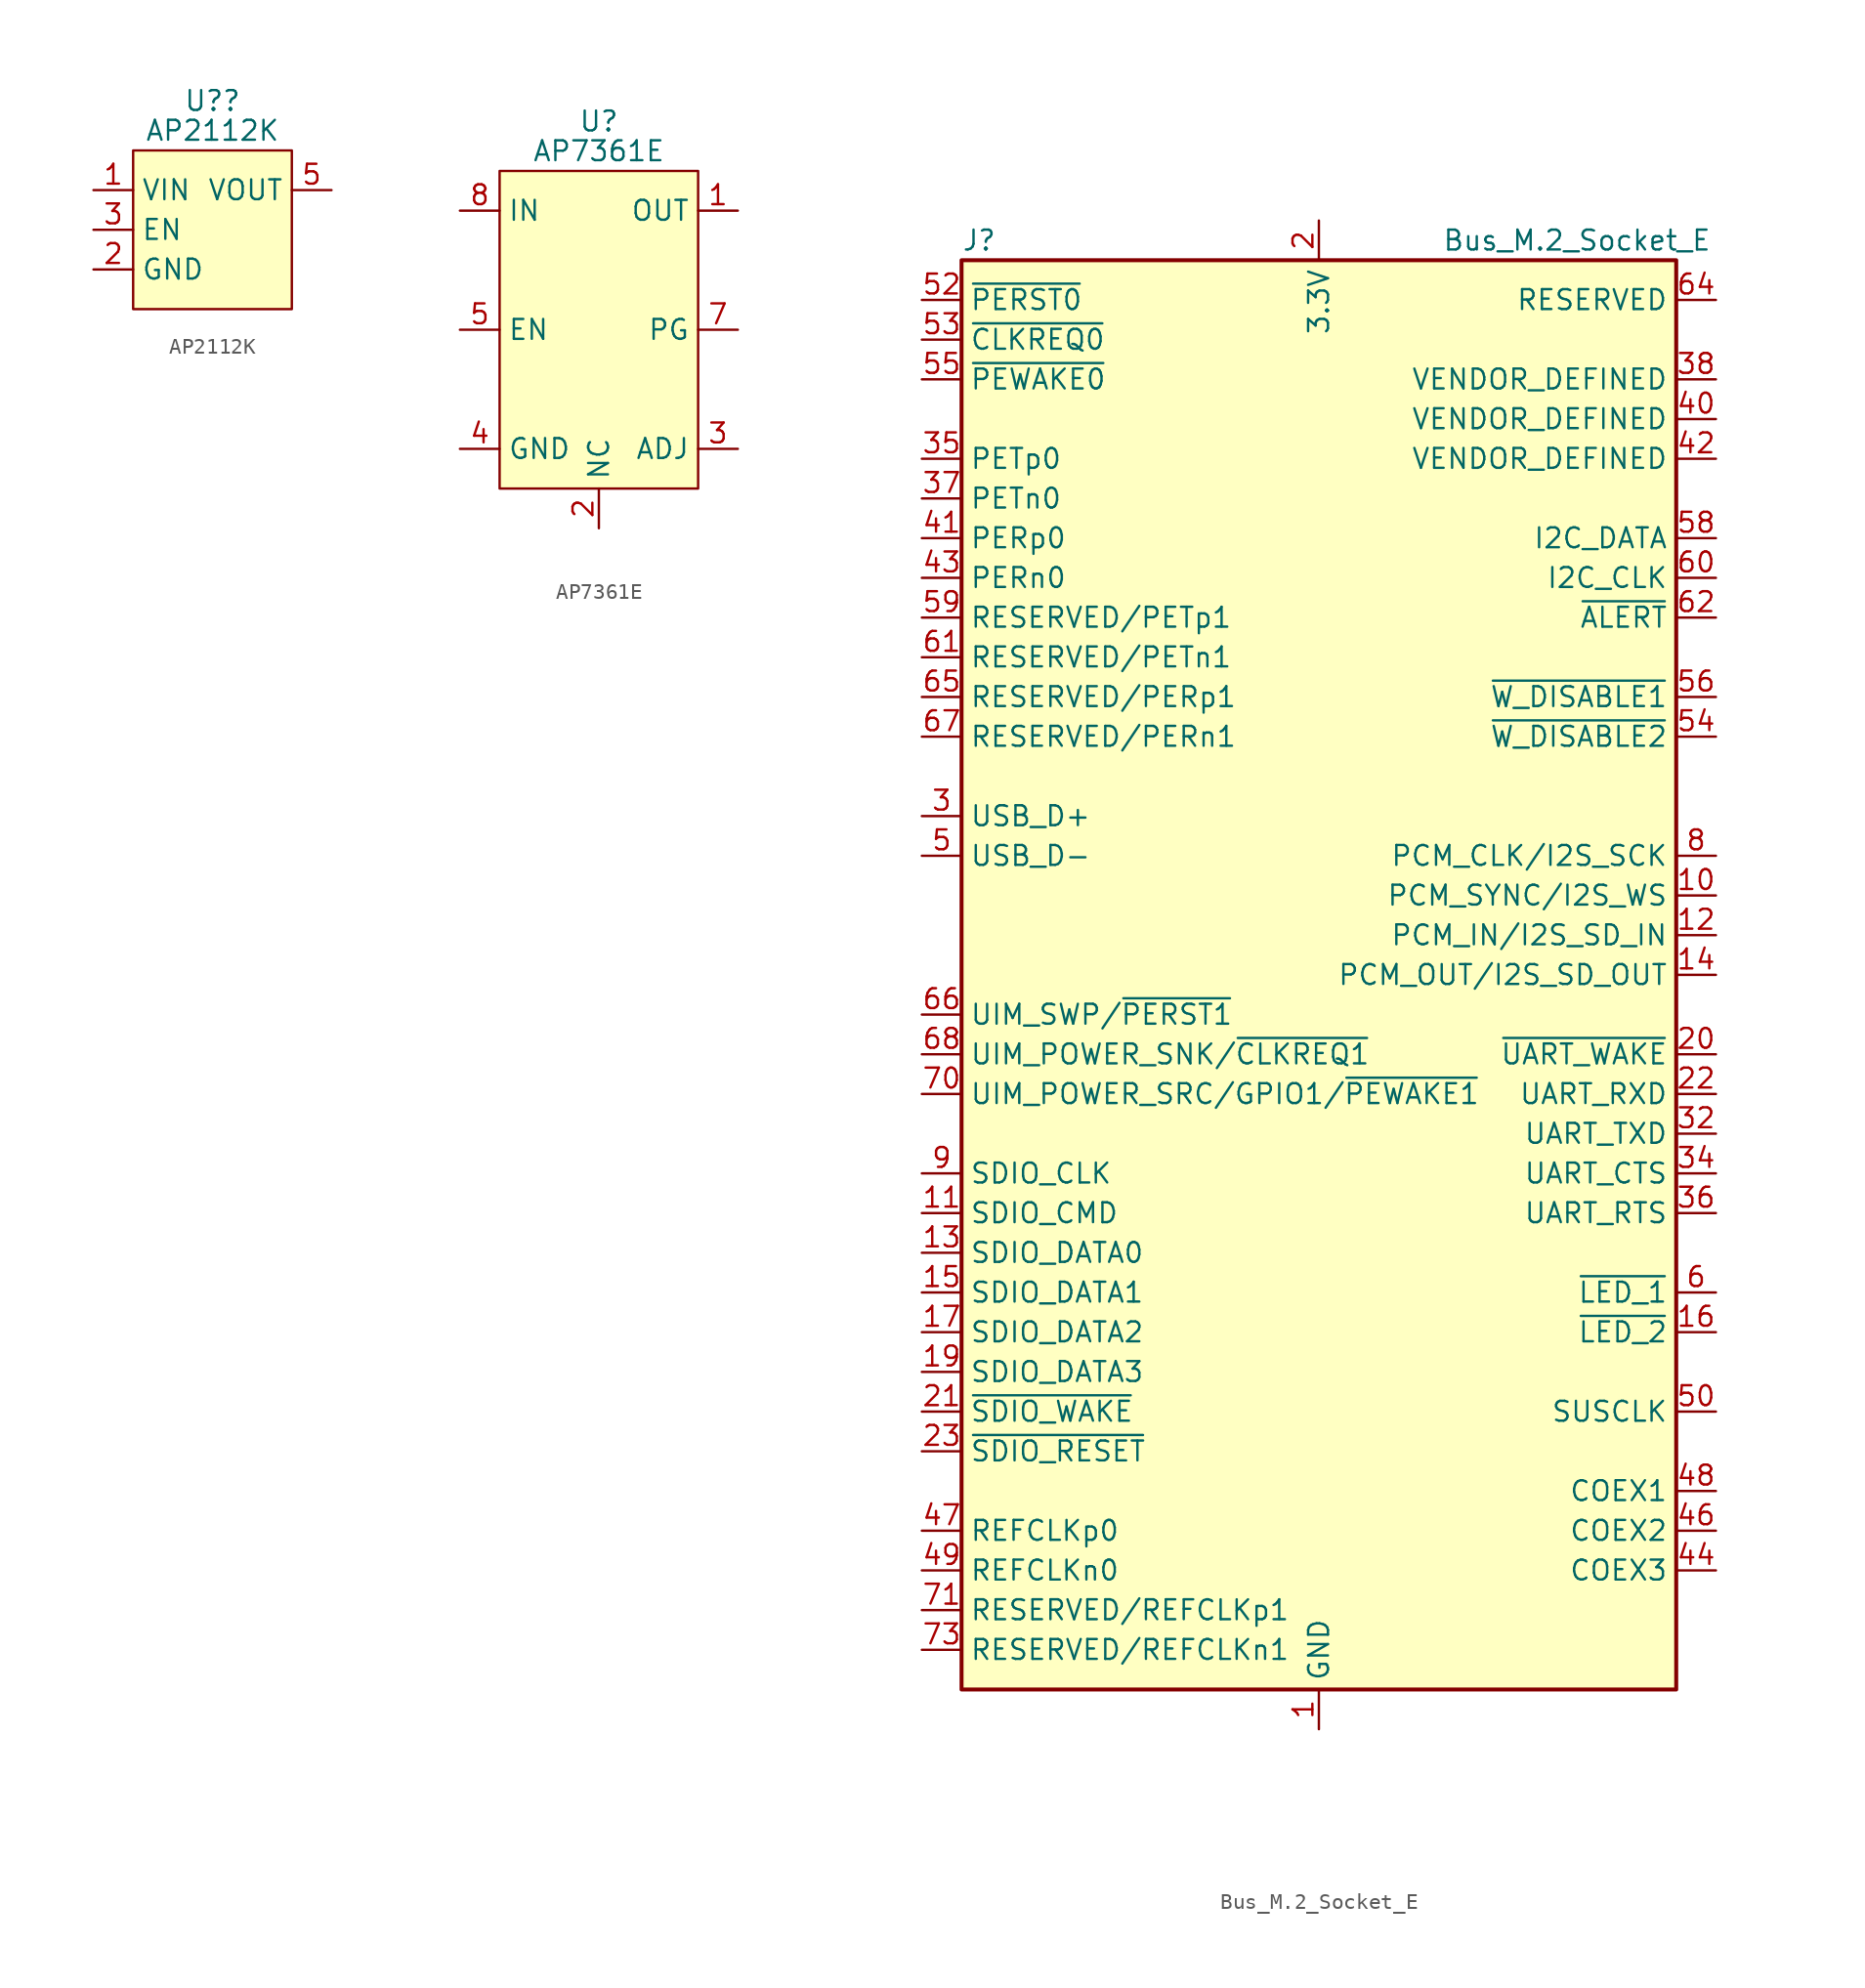
<source format=kicad_sym>
(kicad_symbol_lib
  (version 20231120)
  (generator "kicad_symbol_editor")
  (generator_version "8.0")
  (symbol "AP2112K"
    (property "Reference" "U?"
      (at 0 8.255 0)
      (do_not_autoplace)
      (effects (font (size 1.27 1.27))))
    (property "Value" "AP2112K"
      (at 0 6.35 0)
      (do_not_autoplace)
      (effects (font (size 1.27 1.27))))
    (symbol "AP2112K_0_0"
      (pin power_in line (at -7.62 2.54 0) (length 2.54) (name "VIN" (effects (font (size 1.27 1.27)))) (number "1" (effects (font (size 1.27 1.27)))))
      (pin passive line (at -7.62 -2.54 0) (length 2.54) (name "GND" (effects (font (size 1.27 1.27)))) (number "2" (effects (font (size 1.27 1.27)))))
      (pin input line (at -7.62 0 0) (length 2.54) (name "EN" (effects (font (size 1.27 1.27)))) (number "3" (effects (font (size 1.27 1.27)))))
      (pin power_out line (at 7.62 2.54 180) (length 2.54) (name "VOUT" (effects (font (size 1.27 1.27)))) (number "5" (effects (font (size 1.27 1.27))))))
    (symbol "AP2112K_1_0"
      (pin no_connect non_logic (at 7.62 -2.54 180) (length 2.54) hide (name "NC" (effects (font (size 1.27 1.27)))) (number "4" (effects (font (size 1.27 1.27))))))
    (symbol "AP2112K_1_1"
      (rectangle (start -5.08 5.08) (end 5.08 -5.08) (stroke (width 0) (type default)) (fill (type background)))))
  (symbol "AP7361E"
    (property "Reference" "U"
      (at 0 13.335 0)
      (do_not_autoplace)
      (effects (font (size 1.27 1.27))))
    (property "Value" "AP7361E"
      (at 0 11.43 0)
      (do_not_autoplace)
      (effects (font (size 1.27 1.27))))
    (symbol "AP7361E_0_0"
      (pin power_out line (at 8.89 7.62 180) (length 2.54) (name "OUT" (effects (font (size 1.27 1.27)))) (number "1" (effects (font (size 1.27 1.27)))))
      (pin passive line (at -8.89 -7.62 0) (length 2.54) (name "GND" (effects (font (size 1.27 1.27)))) (number "4" (effects (font (size 1.27 1.27)))))
      (pin input line (at -8.89 0 0) (length 2.54) (name "EN" (effects (font (size 1.27 1.27)))) (number "5" (effects (font (size 1.27 1.27)))))
      (pin output line (at 8.89 0 180) (length 2.54) (name "PG" (effects (font (size 1.27 1.27)))) (number "7" (effects (font (size 1.27 1.27)))))
      (pin power_in line (at -8.89 7.62 0) (length 2.54) (name "IN" (effects (font (size 1.27 1.27)))) (number "8" (effects (font (size 1.27 1.27))))))
    (symbol "AP7361E_1_0"
      (pin passive line (at 0 -12.7 90) (length 2.54) (name "NC" (effects (font (size 1.27 1.27)))) (number "2" (effects (font (size 1.27 1.27)))))
      (pin passive line (at 8.89 -7.62 180) (length 2.54) (name "ADJ" (effects (font (size 1.27 1.27)))) (number "3" (effects (font (size 1.27 1.27)))) (alternate "NC" no_connect line))
      (pin passive line (at 0 -12.7 90) (length 2.54) hide (name "NC" (effects (font (size 1.27 1.27)))) (number "6" (effects (font (size 1.27 1.27)))))
      (pin passive line (at -8.89 -7.62 0) (length 2.54) hide (name "GND" (effects (font (size 1.27 1.27)))) (number "9" (effects (font (size 1.27 1.27))))))
    (symbol "AP7361E_1_1"
      (rectangle (start -6.35 10.16) (end 6.35 -10.16) (stroke (width 0) (type default)) (fill (type background)))))
  (symbol "Bus_M.2_Socket_E"
    (property "Reference" "J"
      (at -22.86 46.99 0)
      (effects (font (size 1.27 1.27)) (justify left)))
    (property "Value" "Bus_M.2_Socket_E"
      (at 16.51 46.99 0)
      (effects (font (size 1.27 1.27))))
    (symbol "Bus_M.2_Socket_E_0_1"
      (rectangle (start -22.86 45.72) (end 22.86 -45.72) (stroke (width 0.254) (type default)) (fill (type background))))
    (symbol "Bus_M.2_Socket_E_1_1"
      (pin power_in line (at 0 -48.26 90) (length 2.54) (name "GND" (effects (font (size 1.27 1.27)))) (number "1" (effects (font (size 1.27 1.27)))))
      (pin bidirectional line (at 25.4 5.08 180) (length 2.54) (name "PCM_SYNC/I2S_WS" (effects (font (size 1.27 1.27)))) (number "10" (effects (font (size 1.27 1.27)))))
      (pin bidirectional line (at -25.4 -15.24 0) (length 2.54) (name "SDIO_CMD" (effects (font (size 1.27 1.27)))) (number "11" (effects (font (size 1.27 1.27)))))
      (pin input line (at 25.4 2.54 180) (length 2.54) (name "PCM_IN/I2S_SD_IN" (effects (font (size 1.27 1.27)))) (number "12" (effects (font (size 1.27 1.27)))))
      (pin bidirectional line (at -25.4 -17.78 0) (length 2.54) (name "SDIO_DATA0" (effects (font (size 1.27 1.27)))) (number "13" (effects (font (size 1.27 1.27)))))
      (pin output line (at 25.4 0 180) (length 2.54) (name "PCM_OUT/I2S_SD_OUT" (effects (font (size 1.27 1.27)))) (number "14" (effects (font (size 1.27 1.27)))))
      (pin bidirectional line (at -25.4 -20.32 0) (length 2.54) (name "SDIO_DATA1" (effects (font (size 1.27 1.27)))) (number "15" (effects (font (size 1.27 1.27)))))
      (pin open_collector line (at 25.4 -22.86 180) (length 2.54) (name "~{LED_2}" (effects (font (size 1.27 1.27)))) (number "16" (effects (font (size 1.27 1.27)))))
      (pin bidirectional line (at -25.4 -22.86 0) (length 2.54) (name "SDIO_DATA2" (effects (font (size 1.27 1.27)))) (number "17" (effects (font (size 1.27 1.27)))))
      (pin passive line (at 0 -48.26 90) (length 2.54) hide (name "GND" (effects (font (size 1.27 1.27)))) (number "18" (effects (font (size 1.27 1.27)))))
      (pin bidirectional line (at -25.4 -25.4 0) (length 2.54) (name "SDIO_DATA3" (effects (font (size 1.27 1.27)))) (number "19" (effects (font (size 1.27 1.27)))))
      (pin power_in line (at 0 48.26 270) (length 2.54) (name "3.3V" (effects (font (size 1.27 1.27)))) (number "2" (effects (font (size 1.27 1.27)))))
      (pin input line (at 25.4 -5.08 180) (length 2.54) (name "~{UART_WAKE}" (effects (font (size 1.27 1.27)))) (number "20" (effects (font (size 1.27 1.27)))))
      (pin input line (at -25.4 -27.94 0) (length 2.54) (name "~{SDIO_WAKE}" (effects (font (size 1.27 1.27)))) (number "21" (effects (font (size 1.27 1.27)))))
      (pin input line (at 25.4 -7.62 180) (length 2.54) (name "UART_RXD" (effects (font (size 1.27 1.27)))) (number "22" (effects (font (size 1.27 1.27)))))
      (pin output line (at -25.4 -30.48 0) (length 2.54) (name "~{SDIO_RESET}" (effects (font (size 1.27 1.27)))) (number "23" (effects (font (size 1.27 1.27)))))
      (pin bidirectional line (at -25.4 10.16 0) (length 2.54) (name "USB_D+" (effects (font (size 1.27 1.27)))) (number "3" (effects (font (size 1.27 1.27)))))
      (pin output line (at 25.4 -10.16 180) (length 2.54) (name "UART_TXD" (effects (font (size 1.27 1.27)))) (number "32" (effects (font (size 1.27 1.27)))))
      (pin passive line (at 0 -48.26 90) (length 2.54) hide (name "GND" (effects (font (size 1.27 1.27)))) (number "33" (effects (font (size 1.27 1.27)))))
      (pin input line (at 25.4 -12.7 180) (length 2.54) (name "UART_CTS" (effects (font (size 1.27 1.27)))) (number "34" (effects (font (size 1.27 1.27)))))
      (pin output line (at -25.4 33.02 0) (length 2.54) (name "PETp0" (effects (font (size 1.27 1.27)))) (number "35" (effects (font (size 1.27 1.27)))))
      (pin output line (at 25.4 -15.24 180) (length 2.54) (name "UART_RTS" (effects (font (size 1.27 1.27)))) (number "36" (effects (font (size 1.27 1.27)))))
      (pin output line (at -25.4 30.48 0) (length 2.54) (name "PETn0" (effects (font (size 1.27 1.27)))) (number "37" (effects (font (size 1.27 1.27)))))
      (pin passive line (at 25.4 38.1 180) (length 2.54) (name "VENDOR_DEFINED" (effects (font (size 1.27 1.27)))) (number "38" (effects (font (size 1.27 1.27)))))
      (pin passive line (at 0 -48.26 90) (length 2.54) hide (name "GND" (effects (font (size 1.27 1.27)))) (number "39" (effects (font (size 1.27 1.27)))))
      (pin passive line (at 0 48.26 270) (length 2.54) hide (name "3.3V" (effects (font (size 1.27 1.27)))) (number "4" (effects (font (size 1.27 1.27)))))
      (pin passive line (at 25.4 35.56 180) (length 2.54) (name "VENDOR_DEFINED" (effects (font (size 1.27 1.27)))) (number "40" (effects (font (size 1.27 1.27)))))
      (pin input line (at -25.4 27.94 0) (length 2.54) (name "PERp0" (effects (font (size 1.27 1.27)))) (number "41" (effects (font (size 1.27 1.27)))))
      (pin passive line (at 25.4 33.02 180) (length 2.54) (name "VENDOR_DEFINED" (effects (font (size 1.27 1.27)))) (number "42" (effects (font (size 1.27 1.27)))))
      (pin input line (at -25.4 25.4 0) (length 2.54) (name "PERn0" (effects (font (size 1.27 1.27)))) (number "43" (effects (font (size 1.27 1.27)))))
      (pin bidirectional line (at 25.4 -38.1 180) (length 2.54) (name "COEX3" (effects (font (size 1.27 1.27)))) (number "44" (effects (font (size 1.27 1.27)))))
      (pin passive line (at 0 -48.26 90) (length 2.54) hide (name "GND" (effects (font (size 1.27 1.27)))) (number "45" (effects (font (size 1.27 1.27)))))
      (pin bidirectional line (at 25.4 -35.56 180) (length 2.54) (name "COEX2" (effects (font (size 1.27 1.27)))) (number "46" (effects (font (size 1.27 1.27)))))
      (pin output line (at -25.4 -35.56 0) (length 2.54) (name "REFCLKp0" (effects (font (size 1.27 1.27)))) (number "47" (effects (font (size 1.27 1.27)))))
      (pin bidirectional line (at 25.4 -33.02 180) (length 2.54) (name "COEX1" (effects (font (size 1.27 1.27)))) (number "48" (effects (font (size 1.27 1.27)))))
      (pin output line (at -25.4 -38.1 0) (length 2.54) (name "REFCLKn0" (effects (font (size 1.27 1.27)))) (number "49" (effects (font (size 1.27 1.27)))))
      (pin bidirectional line (at -25.4 7.62 0) (length 2.54) (name "USB_D-" (effects (font (size 1.27 1.27)))) (number "5" (effects (font (size 1.27 1.27)))))
      (pin output line (at 25.4 -27.94 180) (length 2.54) (name "SUSCLK" (effects (font (size 1.27 1.27)))) (number "50" (effects (font (size 1.27 1.27)))))
      (pin passive line (at 0 -48.26 90) (length 2.54) hide (name "GND" (effects (font (size 1.27 1.27)))) (number "51" (effects (font (size 1.27 1.27)))))
      (pin output line (at -25.4 43.18 0) (length 2.54) (name "~{PERST0}" (effects (font (size 1.27 1.27)))) (number "52" (effects (font (size 1.27 1.27)))))
      (pin bidirectional line (at -25.4 40.64 0) (length 2.54) (name "~{CLKREQ0}" (effects (font (size 1.27 1.27)))) (number "53" (effects (font (size 1.27 1.27)))))
      (pin output line (at 25.4 15.24 180) (length 2.54) (name "~{W_DISABLE2}" (effects (font (size 1.27 1.27)))) (number "54" (effects (font (size 1.27 1.27)))))
      (pin bidirectional line (at -25.4 38.1 0) (length 2.54) (name "~{PEWAKE0}" (effects (font (size 1.27 1.27)))) (number "55" (effects (font (size 1.27 1.27)))))
      (pin output line (at 25.4 17.78 180) (length 2.54) (name "~{W_DISABLE1}" (effects (font (size 1.27 1.27)))) (number "56" (effects (font (size 1.27 1.27)))))
      (pin passive line (at 0 -48.26 90) (length 2.54) hide (name "GND" (effects (font (size 1.27 1.27)))) (number "57" (effects (font (size 1.27 1.27)))))
      (pin bidirectional line (at 25.4 27.94 180) (length 2.54) (name "I2C_DATA" (effects (font (size 1.27 1.27)))) (number "58" (effects (font (size 1.27 1.27)))))
      (pin output line (at -25.4 22.86 0) (length 2.54) (name "RESERVED/PETp1" (effects (font (size 1.27 1.27)))) (number "59" (effects (font (size 1.27 1.27)))))
      (pin open_collector line (at 25.4 -20.32 180) (length 2.54) (name "~{LED_1}" (effects (font (size 1.27 1.27)))) (number "6" (effects (font (size 1.27 1.27)))))
      (pin output line (at 25.4 25.4 180) (length 2.54) (name "I2C_CLK" (effects (font (size 1.27 1.27)))) (number "60" (effects (font (size 1.27 1.27)))))
      (pin output line (at -25.4 20.32 0) (length 2.54) (name "RESERVED/PETn1" (effects (font (size 1.27 1.27)))) (number "61" (effects (font (size 1.27 1.27)))))
      (pin input line (at 25.4 22.86 180) (length 2.54) (name "~{ALERT}" (effects (font (size 1.27 1.27)))) (number "62" (effects (font (size 1.27 1.27)))))
      (pin passive line (at 0 -48.26 90) (length 2.54) hide (name "GND" (effects (font (size 1.27 1.27)))) (number "63" (effects (font (size 1.27 1.27)))))
      (pin passive line (at 25.4 43.18 180) (length 2.54) (name "RESERVED" (effects (font (size 1.27 1.27)))) (number "64" (effects (font (size 1.27 1.27)))))
      (pin input line (at -25.4 17.78 0) (length 2.54) (name "RESERVED/PERp1" (effects (font (size 1.27 1.27)))) (number "65" (effects (font (size 1.27 1.27)))))
      (pin output line (at -25.4 -2.54 0) (length 2.54) (name "UIM_SWP/~{PERST1}" (effects (font (size 1.27 1.27)))) (number "66" (effects (font (size 1.27 1.27)))))
      (pin input line (at -25.4 15.24 0) (length 2.54) (name "RESERVED/PERn1" (effects (font (size 1.27 1.27)))) (number "67" (effects (font (size 1.27 1.27)))))
      (pin bidirectional line (at -25.4 -5.08 0) (length 2.54) (name "UIM_POWER_SNK/~{CLKREQ1}" (effects (font (size 1.27 1.27)))) (number "68" (effects (font (size 1.27 1.27)))))
      (pin passive line (at 0 -48.26 90) (length 2.54) hide (name "GND" (effects (font (size 1.27 1.27)))) (number "69" (effects (font (size 1.27 1.27)))))
      (pin passive line (at 0 -48.26 90) (length 2.54) hide (name "GND" (effects (font (size 1.27 1.27)))) (number "7" (effects (font (size 1.27 1.27)))))
      (pin bidirectional line (at -25.4 -7.62 0) (length 2.54) (name "UIM_POWER_SRC/GPIO1/~{PEWAKE1}" (effects (font (size 1.27 1.27)))) (number "70" (effects (font (size 1.27 1.27)))))
      (pin output line (at -25.4 -40.64 0) (length 2.54) (name "RESERVED/REFCLKp1" (effects (font (size 1.27 1.27)))) (number "71" (effects (font (size 1.27 1.27)))))
      (pin passive line (at 0 48.26 270) (length 2.54) hide (name "3.3V" (effects (font (size 1.27 1.27)))) (number "72" (effects (font (size 1.27 1.27)))))
      (pin output line (at -25.4 -43.18 0) (length 2.54) (name "RESERVED/REFCLKn1" (effects (font (size 1.27 1.27)))) (number "73" (effects (font (size 1.27 1.27)))))
      (pin passive line (at 0 48.26 270) (length 2.54) hide (name "3.3V" (effects (font (size 1.27 1.27)))) (number "74" (effects (font (size 1.27 1.27)))))
      (pin passive line (at 0 -48.26 90) (length 2.54) hide (name "GND" (effects (font (size 1.27 1.27)))) (number "75" (effects (font (size 1.27 1.27)))))
      (pin bidirectional line (at 25.4 7.62 180) (length 2.54) (name "PCM_CLK/I2S_SCK" (effects (font (size 1.27 1.27)))) (number "8" (effects (font (size 1.27 1.27)))))
      (pin output line (at -25.4 -12.7 0) (length 2.54) (name "SDIO_CLK" (effects (font (size 1.27 1.27)))) (number "9" (effects (font (size 1.27 1.27))))))))
</source>
